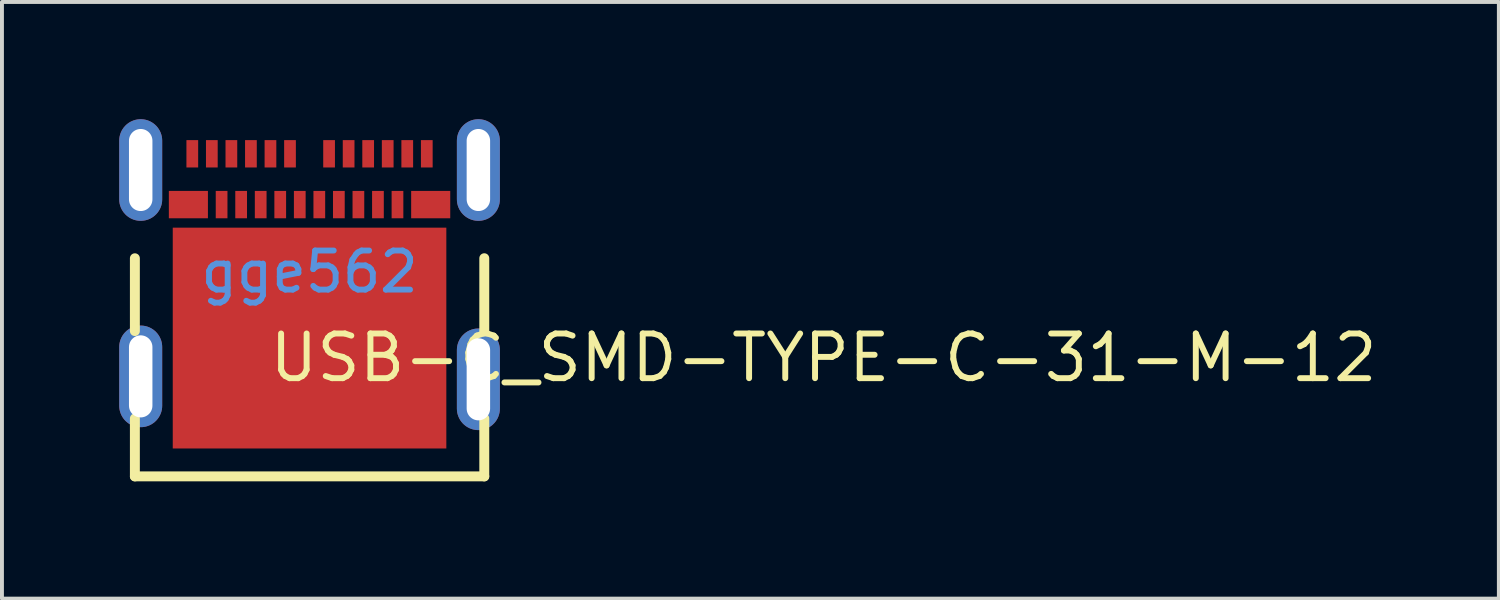
<source format=kicad_pcb>
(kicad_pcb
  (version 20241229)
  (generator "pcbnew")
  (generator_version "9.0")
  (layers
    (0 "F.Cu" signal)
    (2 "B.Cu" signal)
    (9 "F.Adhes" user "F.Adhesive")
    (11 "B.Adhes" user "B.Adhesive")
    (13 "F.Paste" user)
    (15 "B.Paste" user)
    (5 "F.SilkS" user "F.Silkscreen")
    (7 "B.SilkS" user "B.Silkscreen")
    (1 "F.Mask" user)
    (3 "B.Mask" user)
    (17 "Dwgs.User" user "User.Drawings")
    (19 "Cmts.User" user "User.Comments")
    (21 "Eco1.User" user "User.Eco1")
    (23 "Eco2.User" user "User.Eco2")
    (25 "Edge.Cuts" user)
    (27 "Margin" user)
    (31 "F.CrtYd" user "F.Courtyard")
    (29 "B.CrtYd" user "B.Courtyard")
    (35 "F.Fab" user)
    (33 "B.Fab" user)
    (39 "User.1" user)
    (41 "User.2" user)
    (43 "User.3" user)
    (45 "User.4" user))
  (footprint "USB-C_SMD-TYPE-C-31-M-12"
    (layer "F.Cu")
    (at 4.87 3.905)
    (property "Reference" "USB-C_SMD-TYPE-C-31-M-12" (at -1.1 2.2 0) (layer "F.SilkS") (effects (font (size 1.143 1.143) (thickness 0.152)) (justify left)))
    (attr smd)
    (fp_line (start -4.469 1.516) (end -4.469 -0.347) (stroke (width 0.254) (type solid)) (layer "F.SilkS"))
    (fp_line (start -4.469 5.234) (end -4.469 3.753) (stroke (width 0.254) (type solid)) (layer "F.SilkS"))
    (fp_line (start 4.471 1.516) (end 4.471 -0.348) (stroke (width 0.254) (type solid)) (layer "F.SilkS"))
    (fp_line (start 4.471 5.234) (end -4.469 5.234) (stroke (width 0.254) (type solid)) (layer "F.SilkS"))
    (fp_line (start 4.471 5.234) (end 4.471 3.752) (stroke (width 0.254) (type solid)) (layer "F.SilkS"))
    (fp_poly (pts (xy -3.15 -3.37) (xy -2.85 -3.37) (xy -2.85 -2.67) (xy -3.15 -2.67)) (stroke (width 0) (type solid)) (fill yes) (layer "F.Paste"))
    (fp_poly (pts (xy -2.65 -3.369) (xy -2.35 -3.369) (xy -2.35 -2.67) (xy -2.65 -2.67)) (stroke (width 0) (type solid)) (fill yes) (layer "F.Paste"))
    (fp_poly (pts (xy -2.4 -2.069) (xy -2.1 -2.069) (xy -2.1 -1.37) (xy -2.4 -1.37)) (stroke (width 0) (type solid)) (fill yes) (layer "F.Paste"))
    (fp_poly (pts (xy -2.15 -3.369) (xy -1.85 -3.369) (xy -1.85 -2.67) (xy -2.15 -2.67)) (stroke (width 0) (type solid)) (fill yes) (layer "F.Paste"))
    (fp_poly (pts (xy -1.9 -2.069) (xy -1.6 -2.069) (xy -1.6 -1.37) (xy -1.9 -1.37)) (stroke (width 0) (type solid)) (fill yes) (layer "F.Paste"))
    (fp_poly (pts (xy -1.65 -3.369) (xy -1.35 -3.369) (xy -1.35 -2.67) (xy -1.65 -2.67)) (stroke (width 0) (type solid)) (fill yes) (layer "F.Paste"))
    (fp_poly (pts (xy -1.4 -2.069) (xy -1.1 -2.069) (xy -1.1 -1.37) (xy -1.4 -1.37)) (stroke (width 0) (type solid)) (fill yes) (layer "F.Paste"))
    (fp_poly (pts (xy -1.15 -3.369) (xy -0.85 -3.369) (xy -0.85 -2.67) (xy -1.15 -2.67)) (stroke (width 0) (type solid)) (fill yes) (layer "F.Paste"))
    (fp_poly (pts (xy -0.9 -2.069) (xy -0.6 -2.069) (xy -0.6 -1.37) (xy -0.9 -1.37)) (stroke (width 0) (type solid)) (fill yes) (layer "F.Paste"))
    (fp_poly (pts (xy -0.65 -3.369) (xy -0.35 -3.369) (xy -0.35 -2.67) (xy -0.65 -2.67)) (stroke (width 0) (type solid)) (fill yes) (layer "F.Paste"))
    (fp_poly (pts (xy -0.4 -2.069) (xy -0.1 -2.069) (xy -0.1 -1.37) (xy -0.4 -1.37)) (stroke (width 0) (type solid)) (fill yes) (layer "F.Paste"))
    (fp_poly (pts (xy 0.1 -2.069) (xy 0.4 -2.069) (xy 0.4 -1.37) (xy 0.1 -1.37)) (stroke (width 0) (type solid)) (fill yes) (layer "F.Paste"))
    (fp_poly (pts (xy 0.35 -3.369) (xy 0.65 -3.369) (xy 0.65 -2.67) (xy 0.35 -2.67)) (stroke (width 0) (type solid)) (fill yes) (layer "F.Paste"))
    (fp_poly (pts (xy 0.6 -2.069) (xy 0.9 -2.069) (xy 0.9 -1.37) (xy 0.6 -1.37)) (stroke (width 0) (type solid)) (fill yes) (layer "F.Paste"))
    (fp_poly (pts (xy 0.85 -3.369) (xy 1.15 -3.369) (xy 1.15 -2.67) (xy 0.85 -2.67)) (stroke (width 0) (type solid)) (fill yes) (layer "F.Paste"))
    (fp_poly (pts (xy 1.1 -2.069) (xy 1.4 -2.069) (xy 1.4 -1.37) (xy 1.1 -1.37)) (stroke (width 0) (type solid)) (fill yes) (layer "F.Paste"))
    (fp_poly (pts (xy 1.35 -3.369) (xy 1.65 -3.369) (xy 1.65 -2.67) (xy 1.35 -2.67)) (stroke (width 0) (type solid)) (fill yes) (layer "F.Paste"))
    (fp_poly (pts (xy 1.6 -2.069) (xy 1.9 -2.069) (xy 1.9 -1.37) (xy 1.6 -1.37)) (stroke (width 0) (type solid)) (fill yes) (layer "F.Paste"))
    (fp_poly (pts (xy 1.85 -3.369) (xy 2.15 -3.369) (xy 2.15 -2.67) (xy 1.85 -2.67)) (stroke (width 0) (type solid)) (fill yes) (layer "F.Paste"))
    (fp_poly (pts (xy 2.1 -2.069) (xy 2.4 -2.069) (xy 2.4 -1.37) (xy 2.1 -1.37)) (stroke (width 0) (type solid)) (fill yes) (layer "F.Paste"))
    (fp_poly (pts (xy 2.35 -3.369) (xy 2.65 -3.369) (xy 2.65 -2.67) (xy 2.35 -2.67)) (stroke (width 0) (type solid)) (fill yes) (layer "F.Paste"))
    (fp_poly (pts (xy 2.85 -3.369) (xy 3.15 -3.369) (xy 3.15 -2.67) (xy 2.85 -2.67)) (stroke (width 0) (type solid)) (fill yes) (layer "F.Paste"))
    (fp_poly (pts (xy -3.5 -1.13) (xy 3.5 -1.13) (xy 3.5 4.52) (xy -3.5 4.52) (xy -3.5 0.147)) (stroke (width 0) (type solid)) (fill yes) (layer "F.Paste"))
    (fp_line (start -4.62 -3.11) (end -4.62 -2.11) (stroke (width 0.000025) (type solid)) (layer "User.1"))
    (fp_line (start -4.62 2) (end -4.62 3.5) (stroke (width 0.000025) (type solid)) (layer "User.1"))
    (fp_line (start -4.02 -3.11) (end -4.02 -2.11) (stroke (width 0.000025) (type solid)) (layer "User.1"))
    (fp_line (start -4.02 2) (end -4.02 3.5) (stroke (width 0.000025) (type solid)) (layer "User.1"))
    (fp_line (start -3.6 -2.07) (end -3.6 -1.37) (stroke (width 0.000025) (type solid)) (layer "User.1"))
    (fp_line (start -3.6 -2.07) (end -2.6 -2.07) (stroke (width 0.000025) (type solid)) (layer "User.1"))
    (fp_line (start -3.6 -1.37) (end -2.6 -1.37) (stroke (width 0.000025) (type solid)) (layer "User.1"))
    (fp_line (start -3.5 -1.13) (end -3.5 4.52) (stroke (width 0.000025) (type solid)) (layer "User.1"))
    (fp_line (start -3.5 -1.13) (end 3.5 -1.13) (stroke (width 0.000025) (type solid)) (layer "User.1"))
    (fp_line (start -3.5 4.52) (end 3.5 4.52) (stroke (width 0.000025) (type solid)) (layer "User.1"))
    (fp_line (start -3.15 -3.37) (end -3.15 -2.67) (stroke (width 0.000025) (type solid)) (layer "User.1"))
    (fp_line (start -3.15 -3.37) (end -2.85 -3.37) (stroke (width 0.000025) (type solid)) (layer "User.1"))
    (fp_line (start -3.15 -2.67) (end -2.85 -2.67) (stroke (width 0.000025) (type solid)) (layer "User.1"))
    (fp_line (start -2.85 -3.37) (end -2.85 -2.67) (stroke (width 0.000025) (type solid)) (layer "User.1"))
    (fp_line (start -2.65 -3.37) (end -2.65 -2.67) (stroke (width 0.000025) (type solid)) (layer "User.1"))
    (fp_line (start -2.65 -3.37) (end -2.35 -3.37) (stroke (width 0.000025) (type solid)) (layer "User.1"))
    (fp_line (start -2.65 -2.67) (end -2.35 -2.67) (stroke (width 0.000025) (type solid)) (layer "User.1"))
    (fp_line (start -2.6 -2.07) (end -2.6 -1.37) (stroke (width 0.000025) (type solid)) (layer "User.1"))
    (fp_line (start -2.4 -2.07) (end -2.4 -1.37) (stroke (width 0.000025) (type solid)) (layer "User.1"))
    (fp_line (start -2.4 -2.07) (end -2.1 -2.07) (stroke (width 0.000025) (type solid)) (layer "User.1"))
    (fp_line (start -2.4 -1.37) (end -2.1 -1.37) (stroke (width 0.000025) (type solid)) (layer "User.1"))
    (fp_line (start -2.35 -3.37) (end -2.35 -2.67) (stroke (width 0.000025) (type solid)) (layer "User.1"))
    (fp_line (start -2.15 -3.37) (end -2.15 -2.67) (stroke (width 0.000025) (type solid)) (layer "User.1"))
    (fp_line (start -2.15 -3.37) (end -1.85 -3.37) (stroke (width 0.000025) (type solid)) (layer "User.1"))
    (fp_line (start -2.15 -2.67) (end -1.85 -2.67) (stroke (width 0.000025) (type solid)) (layer "User.1"))
    (fp_line (start -2.1 -2.07) (end -2.1 -1.37) (stroke (width 0.000025) (type solid)) (layer "User.1"))
    (fp_line (start -1.9 -2.07) (end -1.9 -1.37) (stroke (width 0.000025) (type solid)) (layer "User.1"))
    (fp_line (start -1.9 -2.07) (end -1.6 -2.07) (stroke (width 0.000025) (type solid)) (layer "User.1"))
    (fp_line (start -1.9 -1.37) (end -1.6 -1.37) (stroke (width 0.000025) (type solid)) (layer "User.1"))
    (fp_line (start -1.85 -3.37) (end -1.85 -2.67) (stroke (width 0.000025) (type solid)) (layer "User.1"))
    (fp_line (start -1.65 -3.37) (end -1.65 -2.67) (stroke (width 0.000025) (type solid)) (layer "User.1"))
    (fp_line (start -1.65 -3.37) (end -1.35 -3.37) (stroke (width 0.000025) (type solid)) (layer "User.1"))
    (fp_line (start -1.65 -2.67) (end -1.35 -2.67) (stroke (width 0.000025) (type solid)) (layer "User.1"))
    (fp_line (start -1.6 -2.07) (end -1.6 -1.37) (stroke (width 0.000025) (type solid)) (layer "User.1"))
    (fp_line (start -1.4 -2.07) (end -1.4 -1.37) (stroke (width 0.000025) (type solid)) (layer "User.1"))
    (fp_line (start -1.4 -2.07) (end -1.1 -2.07) (stroke (width 0.000025) (type solid)) (layer "User.1"))
    (fp_line (start -1.4 -1.37) (end -1.1 -1.37) (stroke (width 0.000025) (type solid)) (layer "User.1"))
    (fp_line (start -1.35 -3.37) (end -1.35 -2.67) (stroke (width 0.000025) (type solid)) (layer "User.1"))
    (fp_line (start -1.15 -3.37) (end -1.15 -2.67) (stroke (width 0.000025) (type solid)) (layer "User.1"))
    (fp_line (start -1.15 -3.37) (end -0.85 -3.37) (stroke (width 0.000025) (type solid)) (layer "User.1"))
    (fp_line (start -1.15 -2.67) (end -0.85 -2.67) (stroke (width 0.000025) (type solid)) (layer "User.1"))
    (fp_line (start -1.1 -2.07) (end -1.1 -1.37) (stroke (width 0.000025) (type solid)) (layer "User.1"))
    (fp_line (start -0.9 -2.07) (end -0.9 -1.37) (stroke (width 0.000025) (type solid)) (layer "User.1"))
    (fp_line (start -0.9 -2.07) (end -0.6 -2.07) (stroke (width 0.000025) (type solid)) (layer "User.1"))
    (fp_line (start -0.9 -1.37) (end -0.6 -1.37) (stroke (width 0.000025) (type solid)) (layer "User.1"))
    (fp_line (start -0.85 -3.37) (end -0.85 -2.67) (stroke (width 0.000025) (type solid)) (layer "User.1"))
    (fp_line (start -0.65 -3.37) (end -0.65 -2.67) (stroke (width 0.000025) (type solid)) (layer "User.1"))
    (fp_line (start -0.65 -3.37) (end -0.35 -3.37) (stroke (width 0.000025) (type solid)) (layer "User.1"))
    (fp_line (start -0.65 -2.67) (end -0.35 -2.67) (stroke (width 0.000025) (type solid)) (layer "User.1"))
    (fp_line (start -0.6 -2.07) (end -0.6 -1.37) (stroke (width 0.000025) (type solid)) (layer "User.1"))
    (fp_line (start -0.4 -2.07) (end -0.4 -1.37) (stroke (width 0.000025) (type solid)) (layer "User.1"))
    (fp_line (start -0.4 -2.07) (end -0.1 -2.07) (stroke (width 0.000025) (type solid)) (layer "User.1"))
    (fp_line (start -0.4 -1.37) (end -0.1 -1.37) (stroke (width 0.000025) (type solid)) (layer "User.1"))
    (fp_line (start -0.35 -3.37) (end -0.35 -2.67) (stroke (width 0.000025) (type solid)) (layer "User.1"))
    (fp_line (start -0.1 -2.07) (end -0.1 -1.37) (stroke (width 0.000025) (type solid)) (layer "User.1"))
    (fp_line (start 0.1 -2.07) (end 0.1 -1.37) (stroke (width 0.000025) (type solid)) (layer "User.1"))
    (fp_line (start 0.35 -3.37) (end 0.35 -2.67) (stroke (width 0.000025) (type solid)) (layer "User.1"))
    (fp_line (start 0.4 -2.07) (end 0.1 -2.07) (stroke (width 0.000025) (type solid)) (layer "User.1"))
    (fp_line (start 0.4 -2.07) (end 0.4 -1.37) (stroke (width 0.000025) (type solid)) (layer "User.1"))
    (fp_line (start 0.4 -1.37) (end 0.1 -1.37) (stroke (width 0.000025) (type solid)) (layer "User.1"))
    (fp_line (start 0.6 -2.07) (end 0.6 -1.37) (stroke (width 0.000025) (type solid)) (layer "User.1"))
    (fp_line (start 0.65 -3.37) (end 0.35 -3.37) (stroke (width 0.000025) (type solid)) (layer "User.1"))
    (fp_line (start 0.65 -3.37) (end 0.65 -2.67) (stroke (width 0.000025) (type solid)) (layer "User.1"))
    (fp_line (start 0.65 -2.67) (end 0.35 -2.67) (stroke (width 0.000025) (type solid)) (layer "User.1"))
    (fp_line (start 0.85 -3.37) (end 0.85 -2.67) (stroke (width 0.000025) (type solid)) (layer "User.1"))
    (fp_line (start 0.9 -2.07) (end 0.6 -2.07) (stroke (width 0.000025) (type solid)) (layer "User.1"))
    (fp_line (start 0.9 -2.07) (end 0.9 -1.37) (stroke (width 0.000025) (type solid)) (layer "User.1"))
    (fp_line (start 0.9 -1.37) (end 0.6 -1.37) (stroke (width 0.000025) (type solid)) (layer "User.1"))
    (fp_line (start 1.1 -2.07) (end 1.1 -1.37) (stroke (width 0.000025) (type solid)) (layer "User.1"))
    (fp_line (start 1.15 -3.37) (end 0.85 -3.37) (stroke (width 0.000025) (type solid)) (layer "User.1"))
    (fp_line (start 1.15 -3.37) (end 1.15 -2.67) (stroke (width 0.000025) (type solid)) (layer "User.1"))
    (fp_line (start 1.15 -2.67) (end 0.85 -2.67) (stroke (width 0.000025) (type solid)) (layer "User.1"))
    (fp_line (start 1.35 -3.37) (end 1.35 -2.67) (stroke (width 0.000025) (type solid)) (layer "User.1"))
    (fp_line (start 1.4 -2.07) (end 1.1 -2.07) (stroke (width 0.000025) (type solid)) (layer "User.1"))
    (fp_line (start 1.4 -2.07) (end 1.4 -1.37) (stroke (width 0.000025) (type solid)) (layer "User.1"))
    (fp_line (start 1.4 -1.37) (end 1.1 -1.37) (stroke (width 0.000025) (type solid)) (layer "User.1"))
    (fp_line (start 1.6 -2.07) (end 1.6 -1.37) (stroke (width 0.000025) (type solid)) (layer "User.1"))
    (fp_line (start 1.65 -3.37) (end 1.35 -3.37) (stroke (width 0.000025) (type solid)) (layer "User.1"))
    (fp_line (start 1.65 -3.37) (end 1.65 -2.67) (stroke (width 0.000025) (type solid)) (layer "User.1"))
    (fp_line (start 1.65 -2.67) (end 1.35 -2.67) (stroke (width 0.000025) (type solid)) (layer "User.1"))
    (fp_line (start 1.85 -3.37) (end 1.85 -2.67) (stroke (width 0.000025) (type solid)) (layer "User.1"))
    (fp_line (start 1.9 -2.07) (end 1.6 -2.07) (stroke (width 0.000025) (type solid)) (layer "User.1"))
    (fp_line (start 1.9 -2.07) (end 1.9 -1.37) (stroke (width 0.000025) (type solid)) (layer "User.1"))
    (fp_line (start 1.9 -1.37) (end 1.6 -1.37) (stroke (width 0.000025) (type solid)) (layer "User.1"))
    (fp_line (start 2.1 -2.07) (end 2.1 -1.37) (stroke (width 0.000025) (type solid)) (layer "User.1"))
    (fp_line (start 2.15 -3.37) (end 1.85 -3.37) (stroke (width 0.000025) (type solid)) (layer "User.1"))
    (fp_line (start 2.15 -3.37) (end 2.15 -2.67) (stroke (width 0.000025) (type solid)) (layer "User.1"))
    (fp_line (start 2.15 -2.67) (end 1.85 -2.67) (stroke (width 0.000025) (type solid)) (layer "User.1"))
    (fp_line (start 2.35 -3.37) (end 2.35 -2.67) (stroke (width 0.000025) (type solid)) (layer "User.1"))
    (fp_line (start 2.4 -2.07) (end 2.1 -2.07) (stroke (width 0.000025) (type solid)) (layer "User.1"))
    (fp_line (start 2.4 -2.07) (end 2.4 -1.37) (stroke (width 0.000025) (type solid)) (layer "User.1"))
    (fp_line (start 2.4 -1.37) (end 2.1 -1.37) (stroke (width 0.000025) (type solid)) (layer "User.1"))
    (fp_line (start 2.6 -2.07) (end 2.6 -1.37) (stroke (width 0.000025) (type solid)) (layer "User.1"))
    (fp_line (start 2.65 -3.37) (end 2.35 -3.37) (stroke (width 0.000025) (type solid)) (layer "User.1"))
    (fp_line (start 2.65 -3.37) (end 2.65 -2.67) (stroke (width 0.000025) (type solid)) (layer "User.1"))
    (fp_line (start 2.65 -2.67) (end 2.35 -2.67) (stroke (width 0.000025) (type solid)) (layer "User.1"))
    (fp_line (start 2.85 -3.37) (end 2.85 -2.67) (stroke (width 0.000025) (type solid)) (layer "User.1"))
    (fp_line (start 3.15 -3.37) (end 2.85 -3.37) (stroke (width 0.000025) (type solid)) (layer "User.1"))
    (fp_line (start 3.15 -3.37) (end 3.15 -2.67) (stroke (width 0.000025) (type solid)) (layer "User.1"))
    (fp_line (start 3.15 -2.67) (end 2.85 -2.67) (stroke (width 0.000025) (type solid)) (layer "User.1"))
    (fp_line (start 3.5 -1.13) (end 3.5 4.52) (stroke (width 0.000025) (type solid)) (layer "User.1"))
    (fp_line (start 3.6 -2.07) (end 2.6 -2.07) (stroke (width 0.000025) (type solid)) (layer "User.1"))
    (fp_line (start 3.6 -2.07) (end 3.6 -1.37) (stroke (width 0.000025) (type solid)) (layer "User.1"))
    (fp_line (start 3.6 -1.37) (end 2.6 -1.37) (stroke (width 0.000025) (type solid)) (layer "User.1"))
    (fp_line (start 4.02 -3.11) (end 4.02 -2.11) (stroke (width 0.000025) (type solid)) (layer "User.1"))
    (fp_line (start 4.02 2) (end 4.02 3.5) (stroke (width 0.000025) (type solid)) (layer "User.1"))
    (fp_line (start 4.62 -3.11) (end 4.62 -2.11) (stroke (width 0.000025) (type solid)) (layer "User.1"))
    (fp_line (start 4.62 2) (end 4.62 3.5) (stroke (width 0.000025) (type solid)) (layer "User.1"))
    (fp_arc (start -4.62 -3.11) (mid -4.32 -3.41) (end -4.02 -3.11) (stroke (width 0.000025) (type solid)) (layer "User.1"))
    (fp_arc (start -4.62 2) (mid -4.32 1.7) (end -4.02 2) (stroke (width 0.000025) (type solid)) (layer "User.1"))
    (fp_arc (start -4.02 -2.11) (mid -4.32 -1.81) (end -4.62 -2.11) (stroke (width 0.000025) (type solid)) (layer "User.1"))
    (fp_arc (start -4.02 3.5) (mid -4.32 3.8) (end -4.62 3.5) (stroke (width 0.000025) (type solid)) (layer "User.1"))
    (fp_arc (start 4.02 -3.11) (mid 4.32 -3.41) (end 4.62 -3.11) (stroke (width 0.000025) (type solid)) (layer "User.1"))
    (fp_arc (start 4.02 2) (mid 4.32 1.7) (end 4.62 2) (stroke (width 0.000025) (type solid)) (layer "User.1"))
    (fp_arc (start 4.62 -2.11) (mid 4.32 -1.81) (end 4.02 -2.11) (stroke (width 0.000025) (type solid)) (layer "User.1"))
    (fp_arc (start 4.62 3.5) (mid 4.32 3.8) (end 4.02 3.5) (stroke (width 0.000025) (type solid)) (layer "User.1"))
    (fp_text user "gge562" (at 0 0 0) (layer "Cmts.User") (effects (font (size 1 1) (thickness 0.15))))
    (pad "0" thru_hole oval (at -4.32 -2.605) (size 1.1 2.6) (drill oval 0.6 2.1) (layers "*.Cu" "*.Paste" "*.Mask"))
    (pad "0" thru_hole oval (at -4.32 2.675) (size 1.1 2.6) (drill oval 0.6 2.1) (layers "*.Cu" "*.Paste" "*.Mask"))
    (pad "0" smd rect (at 0 1.695) (size 7 5.65) (layers "F.Cu" "F.Mask" "F.Paste"))
    (pad "0" thru_hole oval (at 4.32 -2.605) (size 1.1 2.6) (drill oval 0.6 2.1) (layers "*.Cu" "*.Paste" "*.Mask"))
    (pad "0" thru_hole oval (at 4.32 2.75) (size 1.1 2.6) (drill oval 0.6 2.1) (layers "*.Cu" "*.Paste" "*.Mask"))
    (pad "A1" smd rect (at -3 -3.02) (size 0.3 0.7) (layers "F.Cu" "F.Mask" "F.Paste"))
    (pad "A2" smd rect (at -2.5 -3.02) (size 0.3 0.7) (layers "F.Cu" "F.Mask" "F.Paste"))
    (pad "A3" smd rect (at -2 -3.02) (size 0.3 0.7) (layers "F.Cu" "F.Mask" "F.Paste"))
    (pad "A4" smd rect (at -1.5 -3.02) (size 0.3 0.7) (layers "F.Cu" "F.Mask" "F.Paste"))
    (pad "A5" smd rect (at -1 -3.02) (size 0.3 0.7) (layers "F.Cu" "F.Mask" "F.Paste"))
    (pad "A6" smd rect (at -0.5 -3.02) (size 0.3 0.7) (layers "F.Cu" "F.Mask" "F.Paste"))
    (pad "A7" smd rect (at 0.5 -3.02) (size 0.3 0.7) (layers "F.Cu" "F.Mask" "F.Paste"))
    (pad "A8" smd rect (at 1 -3.02) (size 0.3 0.7) (layers "F.Cu" "F.Mask" "F.Paste"))
    (pad "A9" smd rect (at 1.5 -3.02) (size 0.3 0.7) (layers "F.Cu" "F.Mask" "F.Paste"))
    (pad "A10" smd rect (at 2 -3.02) (size 0.3 0.7) (layers "F.Cu" "F.Mask" "F.Paste"))
    (pad "A11" smd rect (at 2.5 -3.02) (size 0.3 0.7) (layers "F.Cu" "F.Mask" "F.Paste"))
    (pad "A12" smd rect (at 3 -3.02) (size 0.3 0.7) (layers "F.Cu" "F.Mask" "F.Paste"))
    (pad "B1" smd rect (at 3.1 -1.72) (size 1 0.7) (layers "F.Cu" "F.Mask" "F.Paste"))
    (pad "B2" smd rect (at 2.25 -1.72) (size 0.3 0.7) (layers "F.Cu" "F.Mask" "F.Paste"))
    (pad "B3" smd rect (at 1.75 -1.72) (size 0.3 0.7) (layers "F.Cu" "F.Mask" "F.Paste"))
    (pad "B4" smd rect (at 1.25 -1.72) (size 0.3 0.7) (layers "F.Cu" "F.Mask" "F.Paste"))
    (pad "B5" smd rect (at 0.75 -1.72) (size 0.3 0.7) (layers "F.Cu" "F.Mask" "F.Paste"))
    (pad "B6" smd rect (at 0.25 -1.72) (size 0.3 0.7) (layers "F.Cu" "F.Mask" "F.Paste"))
    (pad "B7" smd rect (at -0.25 -1.72) (size 0.3 0.7) (layers "F.Cu" "F.Mask" "F.Paste"))
    (pad "B8" smd rect (at -0.75 -1.72) (size 0.3 0.7) (layers "F.Cu" "F.Mask" "F.Paste"))
    (pad "B9" smd rect (at -1.25 -1.72) (size 0.3 0.7) (layers "F.Cu" "F.Mask" "F.Paste"))
    (pad "B10" smd rect (at -1.75 -1.72) (size 0.3 0.7) (layers "F.Cu" "F.Mask" "F.Paste"))
    (pad "B11" smd rect (at -2.25 -1.72) (size 0.3 0.7) (layers "F.Cu" "F.Mask" "F.Paste"))
    (pad "B12" smd rect (at -3.1 -1.72) (size 1 0.7) (layers "F.Cu" "F.Mask" "F.Paste")))
  (gr_rect
    (start -3 -3)
    (end 35.3 12.266)
    (stroke (width 0.1) (type default))
    (fill no)
    (layer "Edge.Cuts")))
</source>
